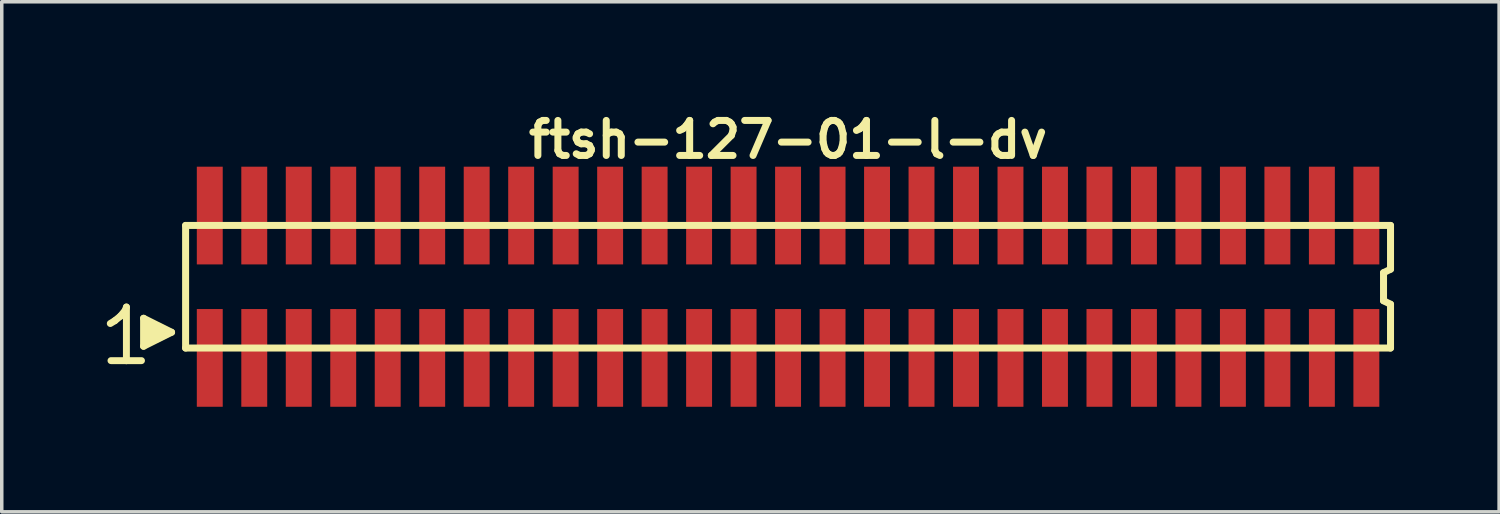
<source format=kicad_pcb>
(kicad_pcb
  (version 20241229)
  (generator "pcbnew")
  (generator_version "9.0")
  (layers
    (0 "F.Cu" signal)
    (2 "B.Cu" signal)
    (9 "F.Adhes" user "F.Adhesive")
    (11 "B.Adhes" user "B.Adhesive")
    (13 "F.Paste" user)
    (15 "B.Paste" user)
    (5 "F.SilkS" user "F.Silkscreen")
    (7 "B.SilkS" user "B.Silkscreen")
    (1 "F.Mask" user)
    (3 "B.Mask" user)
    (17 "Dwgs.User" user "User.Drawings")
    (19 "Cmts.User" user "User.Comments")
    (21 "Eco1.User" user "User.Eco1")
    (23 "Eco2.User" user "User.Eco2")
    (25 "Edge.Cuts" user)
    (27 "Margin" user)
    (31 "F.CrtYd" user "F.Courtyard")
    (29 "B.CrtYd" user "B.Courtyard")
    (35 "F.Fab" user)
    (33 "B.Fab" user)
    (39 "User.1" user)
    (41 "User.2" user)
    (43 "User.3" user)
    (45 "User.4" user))
  (footprint "ftsh-127-01-l-dv"
    (layer "F.Cu")
    (at 19.449 5.136)
    (property "Reference" "ftsh-127-01-l-dv" (at 0 -4.2 0) (layer "F.SilkS") (effects (font (size 1 1) (thickness 0.2))))
    (attr smd)
    (fp_line (start -19.35 1.05) (end -19.22 0.97) (stroke (width 0.198) (type solid)) (layer "F.SilkS"))
    (fp_line (start -19.22 0.97) (end -19.06 0.84) (stroke (width 0.198) (type solid)) (layer "F.SilkS"))
    (fp_line (start -19.06 0.84) (end -18.92 0.67) (stroke (width 0.198) (type solid)) (layer "F.SilkS"))
    (fp_line (start -18.92 0.67) (end -18.89 0.58) (stroke (width 0.198) (type solid)) (layer "F.SilkS"))
    (fp_line (start -18.89 0.58) (end -18.89 2.11) (stroke (width 0.198) (type solid)) (layer "F.SilkS"))
    (fp_line (start -18.89 2.11) (end -19.33 2.11) (stroke (width 0.198) (type solid)) (layer "F.SilkS"))
    (fp_line (start -18.46 2.11) (end -18.9 2.11) (stroke (width 0.198) (type solid)) (layer "F.SilkS"))
    (fp_line (start -18.4 0.9) (end -17.6 1.3) (stroke (width 0.198) (type solid)) (layer "F.SilkS"))
    (fp_line (start -18.4 1.7) (end -18.4 0.9) (stroke (width 0.198) (type solid)) (layer "F.SilkS"))
    (fp_line (start -18.3 1.6) (end -18.3 1) (stroke (width 0.198) (type solid)) (layer "F.SilkS"))
    (fp_line (start -18.2 1.1) (end -18.2 1.5) (stroke (width 0.198) (type solid)) (layer "F.SilkS"))
    (fp_line (start -18.1 1.5) (end -18.1 1.1) (stroke (width 0.198) (type solid)) (layer "F.SilkS"))
    (fp_line (start -18 1.2) (end -18 1.4) (stroke (width 0.198) (type solid)) (layer "F.SilkS"))
    (fp_line (start -17.9 1.4) (end -17.9 1.2) (stroke (width 0.198) (type solid)) (layer "F.SilkS"))
    (fp_line (start -17.6 1.3) (end -18.4 1.7) (stroke (width 0.198) (type solid)) (layer "F.SilkS"))
    (fp_line (start -17.2 -1.75) (end -17.2 1.75) (stroke (width 0.2) (type solid)) (layer "F.SilkS"))
    (fp_line (start -17.2 -1.75) (end 17.2 -1.75) (stroke (width 0.2) (type solid)) (layer "F.SilkS"))
    (fp_line (start -17.2 1.75) (end 17.2 1.75) (stroke (width 0.2) (type solid)) (layer "F.SilkS"))
    (fp_line (start 17 -0.4) (end 17 0.4) (stroke (width 0.2) (type solid)) (layer "F.SilkS"))
    (fp_line (start 17 0.4) (end 17.2 0.5) (stroke (width 0.2) (type solid)) (layer "F.SilkS"))
    (fp_line (start 17.2 -0.5) (end 17 -0.4) (stroke (width 0.2) (type solid)) (layer "F.SilkS"))
    (fp_line (start 17.2 -0.5) (end 17.2 -1.75) (stroke (width 0.2) (type solid)) (layer "F.SilkS"))
    (fp_line (start 17.2 0.5) (end 17.2 1.75) (stroke (width 0.2) (type solid)) (layer "F.SilkS"))
    (pad "1" smd rect (at -16.51 2.032) (size 0.74 2.79) (layers "F.Cu" "F.Mask" "F.Paste"))
    (pad "2" smd rect (at -16.51 -2.032) (size 0.74 2.79) (layers "F.Cu" "F.Mask" "F.Paste"))
    (pad "3" smd rect (at -15.24 2.032) (size 0.74 2.79) (layers "F.Cu" "F.Mask" "F.Paste"))
    (pad "4" smd rect (at -15.24 -2.032) (size 0.74 2.79) (layers "F.Cu" "F.Mask" "F.Paste"))
    (pad "5" smd rect (at -13.97 2.032) (size 0.74 2.79) (layers "F.Cu" "F.Mask" "F.Paste"))
    (pad "6" smd rect (at -13.97 -2.032) (size 0.74 2.79) (layers "F.Cu" "F.Mask" "F.Paste"))
    (pad "7" smd rect (at -12.7 2.032) (size 0.74 2.79) (layers "F.Cu" "F.Mask" "F.Paste"))
    (pad "8" smd rect (at -12.7 -2.032) (size 0.74 2.79) (layers "F.Cu" "F.Mask" "F.Paste"))
    (pad "9" smd rect (at -11.43 2.032) (size 0.74 2.79) (layers "F.Cu" "F.Mask" "F.Paste"))
    (pad "10" smd rect (at -11.43 -2.032) (size 0.74 2.79) (layers "F.Cu" "F.Mask" "F.Paste"))
    (pad "11" smd rect (at -10.16 2.032) (size 0.74 2.79) (layers "F.Cu" "F.Mask" "F.Paste"))
    (pad "12" smd rect (at -10.16 -2.032) (size 0.74 2.79) (layers "F.Cu" "F.Mask" "F.Paste"))
    (pad "13" smd rect (at -8.89 2.032) (size 0.74 2.79) (layers "F.Cu" "F.Mask" "F.Paste"))
    (pad "14" smd rect (at -8.89 -2.032) (size 0.74 2.79) (layers "F.Cu" "F.Mask" "F.Paste"))
    (pad "15" smd rect (at -7.62 2.032) (size 0.74 2.79) (layers "F.Cu" "F.Mask" "F.Paste"))
    (pad "16" smd rect (at -7.62 -2.032) (size 0.74 2.79) (layers "F.Cu" "F.Mask" "F.Paste"))
    (pad "17" smd rect (at -6.35 2.032) (size 0.74 2.79) (layers "F.Cu" "F.Mask" "F.Paste"))
    (pad "18" smd rect (at -6.35 -2.032) (size 0.74 2.79) (layers "F.Cu" "F.Mask" "F.Paste"))
    (pad "19" smd rect (at -5.08 2.032) (size 0.74 2.79) (layers "F.Cu" "F.Mask" "F.Paste"))
    (pad "20" smd rect (at -5.08 -2.032) (size 0.74 2.79) (layers "F.Cu" "F.Mask" "F.Paste"))
    (pad "21" smd rect (at -3.81 2.032) (size 0.74 2.79) (layers "F.Cu" "F.Mask" "F.Paste"))
    (pad "22" smd rect (at -3.81 -2.032) (size 0.74 2.79) (layers "F.Cu" "F.Mask" "F.Paste"))
    (pad "23" smd rect (at -2.54 2.032) (size 0.74 2.79) (layers "F.Cu" "F.Mask" "F.Paste"))
    (pad "24" smd rect (at -2.54 -2.032) (size 0.74 2.79) (layers "F.Cu" "F.Mask" "F.Paste"))
    (pad "25" smd rect (at -1.27 2.032) (size 0.74 2.79) (layers "F.Cu" "F.Mask" "F.Paste"))
    (pad "26" smd rect (at -1.27 -2.032) (size 0.74 2.79) (layers "F.Cu" "F.Mask" "F.Paste"))
    (pad "27" smd rect (at 0 2.032) (size 0.74 2.79) (layers "F.Cu" "F.Mask" "F.Paste"))
    (pad "28" smd rect (at 0 -2.032) (size 0.74 2.79) (layers "F.Cu" "F.Mask" "F.Paste"))
    (pad "29" smd rect (at 1.27 2.032) (size 0.74 2.79) (layers "F.Cu" "F.Mask" "F.Paste"))
    (pad "30" smd rect (at 1.27 -2.032) (size 0.74 2.79) (layers "F.Cu" "F.Mask" "F.Paste"))
    (pad "31" smd rect (at 2.54 2.032) (size 0.74 2.79) (layers "F.Cu" "F.Mask" "F.Paste"))
    (pad "32" smd rect (at 2.54 -2.032) (size 0.74 2.79) (layers "F.Cu" "F.Mask" "F.Paste"))
    (pad "33" smd rect (at 3.81 2.032) (size 0.74 2.79) (layers "F.Cu" "F.Mask" "F.Paste"))
    (pad "34" smd rect (at 3.81 -2.032) (size 0.74 2.79) (layers "F.Cu" "F.Mask" "F.Paste"))
    (pad "35" smd rect (at 5.08 2.032) (size 0.74 2.79) (layers "F.Cu" "F.Mask" "F.Paste"))
    (pad "36" smd rect (at 5.08 -2.032) (size 0.74 2.79) (layers "F.Cu" "F.Mask" "F.Paste"))
    (pad "37" smd rect (at 6.35 2.032) (size 0.74 2.79) (layers "F.Cu" "F.Mask" "F.Paste"))
    (pad "38" smd rect (at 6.35 -2.032) (size 0.74 2.79) (layers "F.Cu" "F.Mask" "F.Paste"))
    (pad "39" smd rect (at 7.62 2.032) (size 0.74 2.79) (layers "F.Cu" "F.Mask" "F.Paste"))
    (pad "40" smd rect (at 7.62 -2.032) (size 0.74 2.79) (layers "F.Cu" "F.Mask" "F.Paste"))
    (pad "41" smd rect (at 8.89 2.032) (size 0.74 2.79) (layers "F.Cu" "F.Mask" "F.Paste"))
    (pad "42" smd rect (at 8.89 -2.032) (size 0.74 2.79) (layers "F.Cu" "F.Mask" "F.Paste"))
    (pad "43" smd rect (at 10.16 2.032) (size 0.74 2.79) (layers "F.Cu" "F.Mask" "F.Paste"))
    (pad "44" smd rect (at 10.16 -2.032) (size 0.74 2.79) (layers "F.Cu" "F.Mask" "F.Paste"))
    (pad "45" smd rect (at 11.43 2.032) (size 0.74 2.79) (layers "F.Cu" "F.Mask" "F.Paste"))
    (pad "46" smd rect (at 11.43 -2.032) (size 0.74 2.79) (layers "F.Cu" "F.Mask" "F.Paste"))
    (pad "47" smd rect (at 12.7 2.032) (size 0.74 2.79) (layers "F.Cu" "F.Mask" "F.Paste"))
    (pad "48" smd rect (at 12.7 -2.032) (size 0.74 2.79) (layers "F.Cu" "F.Mask" "F.Paste"))
    (pad "49" smd rect (at 13.97 2.032) (size 0.74 2.79) (layers "F.Cu" "F.Mask" "F.Paste"))
    (pad "50" smd rect (at 13.97 -2.032) (size 0.74 2.79) (layers "F.Cu" "F.Mask" "F.Paste"))
    (pad "51" smd rect (at 15.24 2.032) (size 0.74 2.79) (layers "F.Cu" "F.Mask" "F.Paste"))
    (pad "52" smd rect (at 15.24 -2.032) (size 0.74 2.79) (layers "F.Cu" "F.Mask" "F.Paste"))
    (pad "53" smd rect (at 16.51 2.032) (size 0.74 2.79) (layers "F.Cu" "F.Mask" "F.Paste"))
    (pad "54" smd rect (at 16.51 -2.032) (size 0.74 2.79) (layers "F.Cu" "F.Mask" "F.Paste")))
  (gr_rect
    (start -3 -3)
    (end 39.749 11.563)
    (stroke (width 0.1) (type default))
    (fill no)
    (layer "Edge.Cuts")))
</source>
